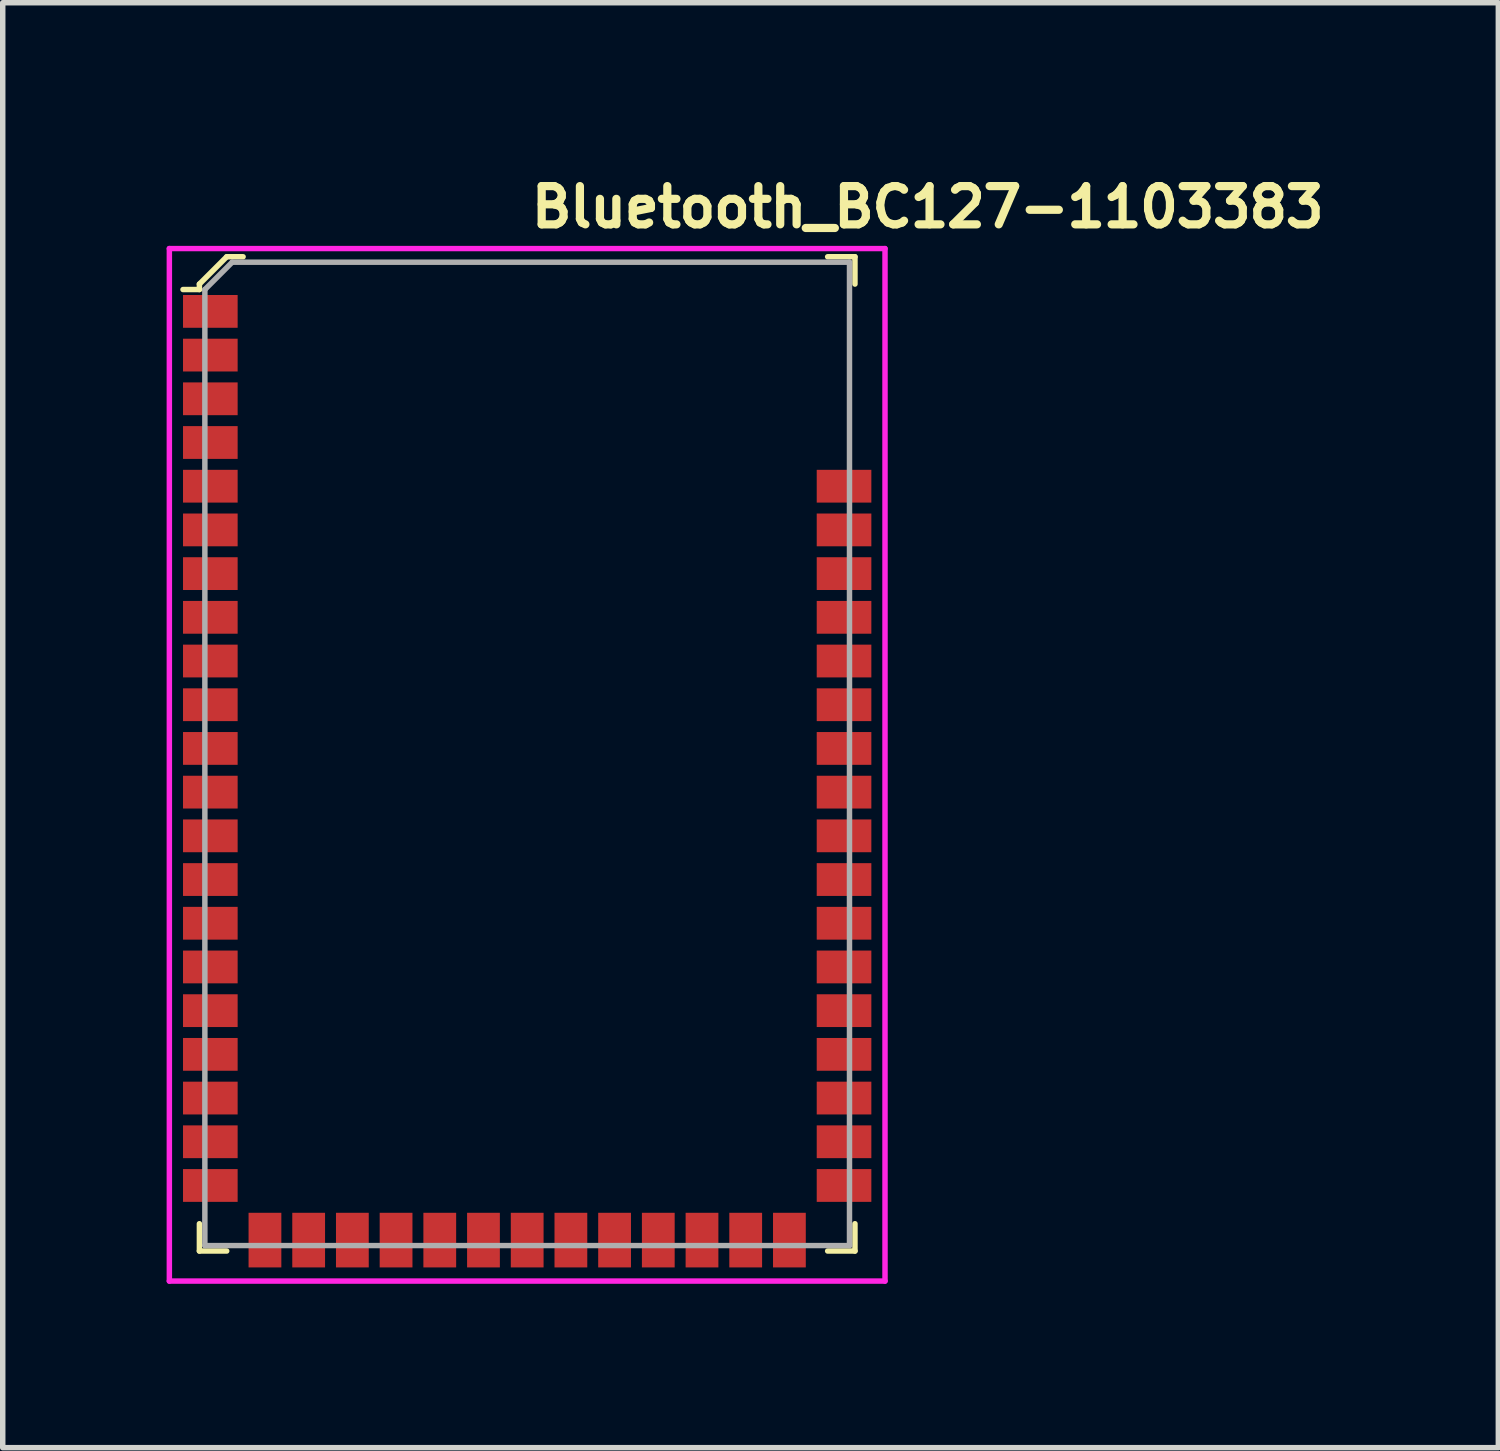
<source format=kicad_pcb>
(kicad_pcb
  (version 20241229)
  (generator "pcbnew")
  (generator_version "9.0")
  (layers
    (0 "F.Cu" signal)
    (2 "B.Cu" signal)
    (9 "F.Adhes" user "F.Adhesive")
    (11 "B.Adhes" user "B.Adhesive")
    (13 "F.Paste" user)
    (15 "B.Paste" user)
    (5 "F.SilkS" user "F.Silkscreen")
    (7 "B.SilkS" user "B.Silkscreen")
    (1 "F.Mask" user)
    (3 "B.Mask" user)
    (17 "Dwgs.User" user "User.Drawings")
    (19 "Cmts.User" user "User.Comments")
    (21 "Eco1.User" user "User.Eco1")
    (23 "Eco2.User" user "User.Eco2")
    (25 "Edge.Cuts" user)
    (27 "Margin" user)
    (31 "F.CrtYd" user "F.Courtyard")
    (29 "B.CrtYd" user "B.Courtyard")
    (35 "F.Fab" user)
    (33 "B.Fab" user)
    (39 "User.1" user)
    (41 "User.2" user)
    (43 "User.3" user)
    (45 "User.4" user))
  (footprint "Bluetooth_BC127-1103383"
    (layer "F.Cu")
    (at 6.6 10.75)
    (property "Reference" "Bluetooth_BC127-1103383" (at 0 -9.6 0) (layer "F.SilkS") (effects (font (size 0.7 0.7) (thickness 0.15)) (justify left bottom)))
    (attr smd)
    (fp_line (start -6 -8.6) (end -6 -8.5) (stroke (width 0.1) (type solid)) (layer "F.SilkS"))
    (fp_line (start -6 -8.5) (end -6.3 -8.5) (stroke (width 0.1) (type solid)) (layer "F.SilkS"))
    (fp_line (start -6 9.1) (end -6 8.6) (stroke (width 0.1) (type solid)) (layer "F.SilkS"))
    (fp_line (start -6 9.1) (end -5.5 9.1) (stroke (width 0.1) (type solid)) (layer "F.SilkS"))
    (fp_line (start -5.5 -9.1) (end -6 -8.6) (stroke (width 0.1) (type solid)) (layer "F.SilkS"))
    (fp_line (start -5.2 -9.1) (end -5.5 -9.1) (stroke (width 0.1) (type solid)) (layer "F.SilkS"))
    (fp_line (start 6 -9.1) (end 5.5 -9.1) (stroke (width 0.1) (type solid)) (layer "F.SilkS"))
    (fp_line (start 6 -9.1) (end 6 -8.6) (stroke (width 0.1) (type solid)) (layer "F.SilkS"))
    (fp_line (start 6 9.1) (end 5.5 9.1) (stroke (width 0.1) (type solid)) (layer "F.SilkS"))
    (fp_line (start 6 9.1) (end 6 8.6) (stroke (width 0.1) (type solid)) (layer "F.SilkS"))
    (fp_line (start -6.55 9.65) (end -6.55 -9.25) (stroke (width 0.1) (type solid)) (layer "F.CrtYd"))
    (fp_line (start 6.55 -9.25) (end -6.55 -9.25) (stroke (width 0.1) (type solid)) (layer "F.CrtYd"))
    (fp_line (start 6.55 9.65) (end -6.55 9.65) (stroke (width 0.1) (type solid)) (layer "F.CrtYd"))
    (fp_line (start 6.55 9.65) (end 6.55 -9.25) (stroke (width 0.1) (type solid)) (layer "F.CrtYd"))
    (fp_line (start -5.9 -8.5) (end -5.9 9) (stroke (width 0.1) (type solid)) (layer "F.Fab"))
    (fp_line (start -5.9 -8.5) (end -5.4 -9) (stroke (width 0.1) (type solid)) (layer "F.Fab"))
    (fp_line (start -5.9 9) (end 5.9 9) (stroke (width 0.1) (type solid)) (layer "F.Fab"))
    (fp_line (start -5.4 -9) (end 5.9 -9) (stroke (width 0.1) (type solid)) (layer "F.Fab"))
    (fp_line (start 5.9 -9) (end 5.9 9) (stroke (width 0.1) (type solid)) (layer "F.Fab"))
    (pad "1" smd rect (at -5.8 -8.1) (size 1 0.6) (layers "F.Cu" "F.Mask" "F.Paste"))
    (pad "2" smd rect (at -5.8 -7.3) (size 1 0.6) (layers "F.Cu" "F.Mask" "F.Paste"))
    (pad "3" smd rect (at -5.8 -6.5) (size 1 0.6) (layers "F.Cu" "F.Mask" "F.Paste"))
    (pad "4" smd rect (at -5.8 -5.7) (size 1 0.6) (layers "F.Cu" "F.Mask" "F.Paste"))
    (pad "5" smd rect (at -5.8 -4.9) (size 1 0.6) (layers "F.Cu" "F.Mask" "F.Paste"))
    (pad "6" smd rect (at -5.8 -4.1) (size 1 0.6) (layers "F.Cu" "F.Mask" "F.Paste"))
    (pad "7" smd rect (at -5.8 -3.3) (size 1 0.6) (layers "F.Cu" "F.Mask" "F.Paste"))
    (pad "8" smd rect (at -5.8 -2.5) (size 1 0.6) (layers "F.Cu" "F.Mask" "F.Paste"))
    (pad "9" smd rect (at -5.8 -1.7) (size 1 0.6) (layers "F.Cu" "F.Mask" "F.Paste"))
    (pad "10" smd rect (at -5.8 -0.9) (size 1 0.6) (layers "F.Cu" "F.Mask" "F.Paste"))
    (pad "11" smd rect (at -5.8 -0.1) (size 1 0.6) (layers "F.Cu" "F.Mask" "F.Paste"))
    (pad "12" smd rect (at -5.8 0.7) (size 1 0.6) (layers "F.Cu" "F.Mask" "F.Paste"))
    (pad "13" smd rect (at -5.8 1.5) (size 1 0.6) (layers "F.Cu" "F.Mask" "F.Paste"))
    (pad "14" smd rect (at -5.8 2.3) (size 1 0.6) (layers "F.Cu" "F.Mask" "F.Paste"))
    (pad "15" smd rect (at -5.8 3.1) (size 1 0.6) (layers "F.Cu" "F.Mask" "F.Paste"))
    (pad "16" smd rect (at -5.8 3.9) (size 1 0.6) (layers "F.Cu" "F.Mask" "F.Paste"))
    (pad "17" smd rect (at -5.8 4.7) (size 1 0.6) (layers "F.Cu" "F.Mask" "F.Paste"))
    (pad "18" smd rect (at -5.8 5.5) (size 1 0.6) (layers "F.Cu" "F.Mask" "F.Paste"))
    (pad "19" smd rect (at -5.8 6.3) (size 1 0.6) (layers "F.Cu" "F.Mask" "F.Paste"))
    (pad "20" smd rect (at -5.8 7.1) (size 1 0.6) (layers "F.Cu" "F.Mask" "F.Paste"))
    (pad "21" smd rect (at -5.8 7.9) (size 1 0.6) (layers "F.Cu" "F.Mask" "F.Paste"))
    (pad "22" smd rect (at -4 8.9) (size 0.6 1) (layers "F.Cu" "F.Mask" "F.Paste"))
    (pad "23" smd rect (at -4.8 8.9) (size 0.6 1) (layers "F.Cu" "F.Mask" "F.Paste"))
    (pad "24" smd rect (at -3.2 8.9) (size 0.6 1) (layers "F.Cu" "F.Mask" "F.Paste"))
    (pad "25" smd rect (at -2.4 8.9) (size 0.6 1) (layers "F.Cu" "F.Mask" "F.Paste"))
    (pad "26" smd rect (at -1.6 8.9) (size 0.6 1) (layers "F.Cu" "F.Mask" "F.Paste"))
    (pad "27" smd rect (at -0.8 8.9) (size 0.6 1) (layers "F.Cu" "F.Mask" "F.Paste"))
    (pad "28" smd rect (at 0 8.9) (size 0.6 1) (layers "F.Cu" "F.Mask" "F.Paste"))
    (pad "29" smd rect (at 0.8 8.9) (size 0.6 1) (layers "F.Cu" "F.Mask" "F.Paste"))
    (pad "30" smd rect (at 1.6 8.9) (size 0.6 1) (layers "F.Cu" "F.Mask" "F.Paste"))
    (pad "31" smd rect (at 2.4 8.9) (size 0.6 1) (layers "F.Cu" "F.Mask" "F.Paste"))
    (pad "32" smd rect (at 3.2 8.9) (size 0.6 1) (layers "F.Cu" "F.Mask" "F.Paste"))
    (pad "33" smd rect (at 4 8.9) (size 0.6 1) (layers "F.Cu" "F.Mask" "F.Paste"))
    (pad "34" smd rect (at 4.8 8.9) (size 0.6 1) (layers "F.Cu" "F.Mask" "F.Paste"))
    (pad "35" smd rect (at 5.8 7.9) (size 1 0.6) (layers "F.Cu" "F.Mask" "F.Paste"))
    (pad "36" smd rect (at 5.8 7.1) (size 1 0.6) (layers "F.Cu" "F.Mask" "F.Paste"))
    (pad "37" smd rect (at 5.8 6.3) (size 1 0.6) (layers "F.Cu" "F.Mask" "F.Paste"))
    (pad "38" smd rect (at 5.8 5.5) (size 1 0.6) (layers "F.Cu" "F.Mask" "F.Paste"))
    (pad "39" smd rect (at 5.8 4.7) (size 1 0.6) (layers "F.Cu" "F.Mask" "F.Paste"))
    (pad "40" smd rect (at 5.8 3.9) (size 1 0.6) (layers "F.Cu" "F.Mask" "F.Paste"))
    (pad "41" smd rect (at 5.8 3.1) (size 1 0.6) (layers "F.Cu" "F.Mask" "F.Paste"))
    (pad "42" smd rect (at 5.8 2.3) (size 1 0.6) (layers "F.Cu" "F.Mask" "F.Paste"))
    (pad "43" smd rect (at 5.8 1.5) (size 1 0.6) (layers "F.Cu" "F.Mask" "F.Paste"))
    (pad "44" smd rect (at 5.8 0.7) (size 1 0.6) (layers "F.Cu" "F.Mask" "F.Paste"))
    (pad "45" smd rect (at 5.8 -0.1) (size 1 0.6) (layers "F.Cu" "F.Mask" "F.Paste"))
    (pad "46" smd rect (at 5.8 -0.9) (size 1 0.6) (layers "F.Cu" "F.Mask" "F.Paste"))
    (pad "47" smd rect (at 5.8 -1.7) (size 1 0.6) (layers "F.Cu" "F.Mask" "F.Paste"))
    (pad "48" smd rect (at 5.8 -2.5) (size 1 0.6) (layers "F.Cu" "F.Mask" "F.Paste"))
    (pad "49" smd rect (at 5.8 -3.3) (size 1 0.6) (layers "F.Cu" "F.Mask" "F.Paste"))
    (pad "50" smd rect (at 5.8 -4.1) (size 1 0.6) (layers "F.Cu" "F.Mask" "F.Paste"))
    (pad "51" smd rect (at 5.8 -4.9) (size 1 0.6) (layers "F.Cu" "F.Mask" "F.Paste")))
  (gr_rect
    (start -3 -3)
    (end 24.377 23.45)
    (stroke (width 0.1) (type default))
    (fill no)
    (layer "Edge.Cuts")))
</source>
